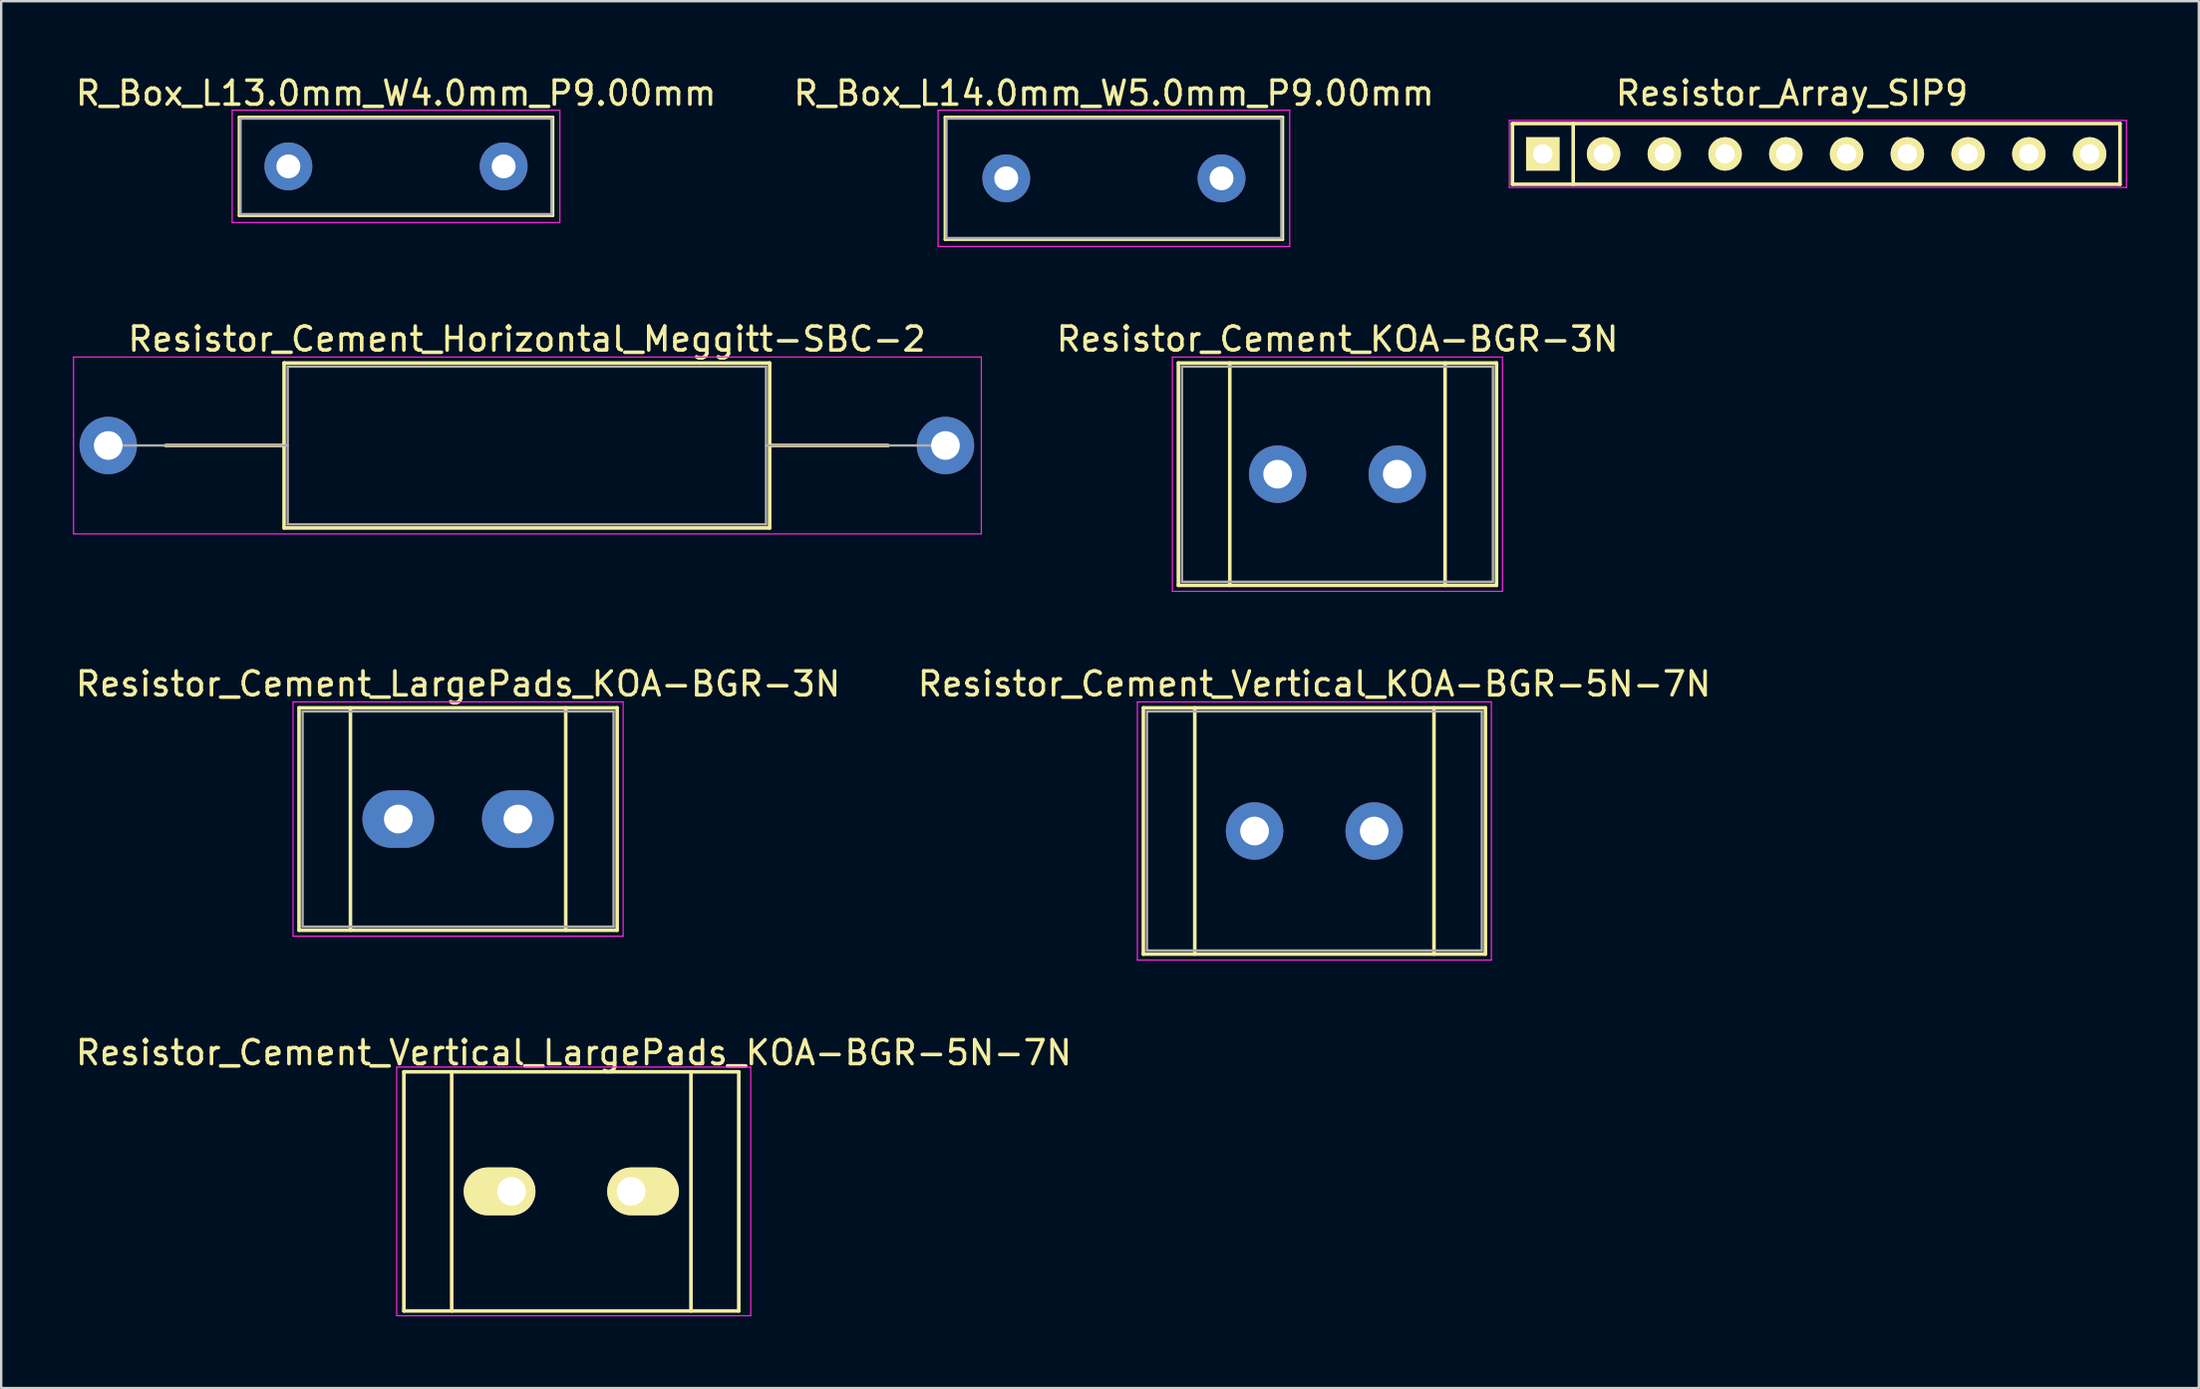
<source format=kicad_pcb>
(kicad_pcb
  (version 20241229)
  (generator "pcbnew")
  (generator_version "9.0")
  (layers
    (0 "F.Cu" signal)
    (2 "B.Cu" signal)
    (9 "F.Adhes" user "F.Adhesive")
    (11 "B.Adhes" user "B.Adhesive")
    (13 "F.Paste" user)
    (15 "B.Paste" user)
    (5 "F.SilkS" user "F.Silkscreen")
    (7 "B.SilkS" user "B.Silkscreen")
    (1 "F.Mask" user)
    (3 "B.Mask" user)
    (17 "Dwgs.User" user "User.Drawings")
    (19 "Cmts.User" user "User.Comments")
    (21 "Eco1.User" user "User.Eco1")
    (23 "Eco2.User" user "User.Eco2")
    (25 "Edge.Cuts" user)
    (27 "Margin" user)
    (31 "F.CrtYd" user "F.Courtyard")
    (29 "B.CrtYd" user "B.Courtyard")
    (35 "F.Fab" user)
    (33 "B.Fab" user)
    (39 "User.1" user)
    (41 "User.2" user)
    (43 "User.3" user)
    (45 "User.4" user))
  (footprint "Resistor_Cement_Vertical_LargePads_KOA-BGR-5N-7N"
    (layer "F.Cu")
    (at 18.335 46.778)
    (property "Reference" "Resistor_Cement_Vertical_LargePads_KOA-BGR-5N-7N" (at 2.6 -5.8 0) (layer "F.SilkS") (effects (font (size 1 1) (thickness 0.15))))
    (attr through_hole)
    (fp_line (start -4.501 -5.001) (end -4.501 5.001) (stroke (width 0.15) (type solid)) (layer "F.SilkS"))
    (fp_line (start -4.501 5.001) (end 9.5 5.001) (stroke (width 0.15) (type solid)) (layer "F.SilkS"))
    (fp_line (start -2.502 -5.001) (end -2.502 5.001) (stroke (width 0.15) (type solid)) (layer "F.SilkS"))
    (fp_line (start 7.501 -5.001) (end 7.501 5.001) (stroke (width 0.15) (type solid)) (layer "F.SilkS"))
    (fp_line (start 9.5 -5.001) (end -4.501 -5.001) (stroke (width 0.15) (type solid)) (layer "F.SilkS"))
    (fp_line (start 9.5 5.001) (end 9.5 -5.001) (stroke (width 0.15) (type solid)) (layer "F.SilkS"))
    (fp_line (start -4.8 -5.2) (end 10 -5.2) (stroke (width 0.05) (type solid)) (layer "F.CrtYd"))
    (fp_line (start -4.8 5.2) (end -4.8 -5.2) (stroke (width 0.05) (type solid)) (layer "F.CrtYd"))
    (fp_line (start 10 -5.2) (end 10 5.2) (stroke (width 0.05) (type solid)) (layer "F.CrtYd"))
    (fp_line (start 10 5.2) (end -4.8 5.2) (stroke (width 0.05) (type solid)) (layer "F.CrtYd"))
    (pad "1" thru_hole oval (at 0 0) (size 3 1.999) (drill 1.199 (offset -0.5 0)) (layers "*.Cu" "*.Mask" "F.SilkS"))
    (pad "2" thru_hole oval (at 4.999 0 180) (size 3 1.999) (drill 1.199 (offset -0.5 0)) (layers "*.Cu" "*.Mask" "F.SilkS")))
  (footprint "Resistor_Cement_Vertical_KOA-BGR-5N-7N"
    (layer "F.Cu")
    (at 49.399 31.705)
    (property "Reference" "Resistor_Cement_Vertical_KOA-BGR-5N-7N" (at 2.5 -6.15 0) (layer "F.SilkS") (effects (font (size 1 1) (thickness 0.15))))
    (attr through_hole)
    (fp_line (start -4.65 -5.15) (end -4.65 5.15) (stroke (width 0.15) (type solid)) (layer "F.SilkS"))
    (fp_line (start -4.65 5.15) (end 9.65 5.15) (stroke (width 0.15) (type solid)) (layer "F.SilkS"))
    (fp_line (start -2.5 -5.15) (end -2.5 5.15) (stroke (width 0.15) (type solid)) (layer "F.SilkS"))
    (fp_line (start 7.5 -5.15) (end 7.5 5.15) (stroke (width 0.15) (type solid)) (layer "F.SilkS"))
    (fp_line (start 9.65 -5.15) (end -4.65 -5.15) (stroke (width 0.15) (type solid)) (layer "F.SilkS"))
    (fp_line (start 9.65 5.15) (end 9.65 -5.15) (stroke (width 0.15) (type solid)) (layer "F.SilkS"))
    (fp_line (start -4.9 -5.4) (end -4.9 5.4) (stroke (width 0.05) (type solid)) (layer "F.CrtYd"))
    (fp_line (start -4.9 5.4) (end 9.9 5.4) (stroke (width 0.05) (type solid)) (layer "F.CrtYd"))
    (fp_line (start 9.9 -5.4) (end -4.9 -5.4) (stroke (width 0.05) (type solid)) (layer "F.CrtYd"))
    (fp_line (start 9.9 5.4) (end 9.9 -5.4) (stroke (width 0.05) (type solid)) (layer "F.CrtYd"))
    (fp_line (start -4.5 -5) (end -4.5 5) (stroke (width 0.1) (type solid)) (layer "F.Fab"))
    (fp_line (start -4.5 5) (end 9.5 5) (stroke (width 0.1) (type solid)) (layer "F.Fab"))
    (fp_line (start 9.5 -5) (end -4.5 -5) (stroke (width 0.1) (type solid)) (layer "F.Fab"))
    (fp_line (start 9.5 5) (end 9.5 -5) (stroke (width 0.1) (type solid)) (layer "F.Fab"))
    (pad "1" thru_hole oval (at 0 0) (size 2.4 2.4) (drill 1.2) (layers "*.Cu" "*.Mask"))
    (pad "2" thru_hole oval (at 5 0) (size 2.4 2.4) (drill 1.2) (layers "*.Cu" "*.Mask")))
  (footprint "Resistor_Cement_LargePads_KOA-BGR-3N"
    (layer "F.Cu")
    (at 13.601 31.205)
    (property "Reference" "Resistor_Cement_LargePads_KOA-BGR-3N" (at 2.5 -5.65 0) (layer "F.SilkS") (effects (font (size 1 1) (thickness 0.15))))
    (attr through_hole)
    (fp_line (start -4.15 -4.65) (end -4.15 4.65) (stroke (width 0.15) (type solid)) (layer "F.SilkS"))
    (fp_line (start -4.15 4.65) (end 9.15 4.65) (stroke (width 0.15) (type solid)) (layer "F.SilkS"))
    (fp_line (start -2 -4.65) (end -2 4.65) (stroke (width 0.15) (type solid)) (layer "F.SilkS"))
    (fp_line (start 7 -4.65) (end 7 4.65) (stroke (width 0.15) (type solid)) (layer "F.SilkS"))
    (fp_line (start 9.15 -4.65) (end -4.15 -4.65) (stroke (width 0.15) (type solid)) (layer "F.SilkS"))
    (fp_line (start 9.15 4.65) (end 9.15 -4.65) (stroke (width 0.15) (type solid)) (layer "F.SilkS"))
    (fp_line (start -4.4 -4.9) (end -4.4 4.9) (stroke (width 0.05) (type solid)) (layer "F.CrtYd"))
    (fp_line (start -4.4 4.9) (end 9.4 4.9) (stroke (width 0.05) (type solid)) (layer "F.CrtYd"))
    (fp_line (start 9.4 -4.9) (end -4.4 -4.9) (stroke (width 0.05) (type solid)) (layer "F.CrtYd"))
    (fp_line (start 9.4 4.9) (end 9.4 -4.9) (stroke (width 0.05) (type solid)) (layer "F.CrtYd"))
    (fp_line (start -4 -4.5) (end -4 4.5) (stroke (width 0.1) (type solid)) (layer "F.Fab"))
    (fp_line (start -4 4.5) (end 9 4.5) (stroke (width 0.1) (type solid)) (layer "F.Fab"))
    (fp_line (start 9 -4.5) (end -4 -4.5) (stroke (width 0.1) (type solid)) (layer "F.Fab"))
    (fp_line (start 9 4.5) (end 9 -4.5) (stroke (width 0.1) (type solid)) (layer "F.Fab"))
    (pad "1" thru_hole oval (at 0 0) (size 3 2.4) (drill 1.2) (layers "*.Cu" "*.Mask"))
    (pad "2" thru_hole oval (at 5 0) (size 3 2.4) (drill 1.2) (layers "*.Cu" "*.Mask")))
  (footprint "Resistor_Cement_KOA-BGR-3N"
    (layer "F.Cu")
    (at 50.363 16.782)
    (property "Reference" "Resistor_Cement_KOA-BGR-3N" (at 2.5 -5.65 0) (layer "F.SilkS") (effects (font (size 1 1) (thickness 0.15))))
    (attr through_hole)
    (fp_line (start -4.15 -4.65) (end -4.15 4.65) (stroke (width 0.15) (type solid)) (layer "F.SilkS"))
    (fp_line (start -4.15 4.65) (end 9.15 4.65) (stroke (width 0.15) (type solid)) (layer "F.SilkS"))
    (fp_line (start -2 -4.65) (end -2 4.65) (stroke (width 0.15) (type solid)) (layer "F.SilkS"))
    (fp_line (start 7 -4.65) (end 7 4.65) (stroke (width 0.15) (type solid)) (layer "F.SilkS"))
    (fp_line (start 9.15 -4.65) (end -4.15 -4.65) (stroke (width 0.15) (type solid)) (layer "F.SilkS"))
    (fp_line (start 9.15 4.65) (end 9.15 -4.65) (stroke (width 0.15) (type solid)) (layer "F.SilkS"))
    (fp_line (start -4.4 -4.9) (end -4.4 4.9) (stroke (width 0.05) (type solid)) (layer "F.CrtYd"))
    (fp_line (start -4.4 4.9) (end 9.4 4.9) (stroke (width 0.05) (type solid)) (layer "F.CrtYd"))
    (fp_line (start 9.4 -4.9) (end -4.4 -4.9) (stroke (width 0.05) (type solid)) (layer "F.CrtYd"))
    (fp_line (start 9.4 4.9) (end 9.4 -4.9) (stroke (width 0.05) (type solid)) (layer "F.CrtYd"))
    (fp_line (start -4 -4.5) (end -4 4.5) (stroke (width 0.1) (type solid)) (layer "F.Fab"))
    (fp_line (start -4 4.5) (end 9 4.5) (stroke (width 0.1) (type solid)) (layer "F.Fab"))
    (fp_line (start 9 -4.5) (end -4 -4.5) (stroke (width 0.1) (type solid)) (layer "F.Fab"))
    (fp_line (start 9 4.5) (end 9 -4.5) (stroke (width 0.1) (type solid)) (layer "F.Fab"))
    (pad "1" thru_hole oval (at 0 0) (size 2.4 2.4) (drill 1.2) (layers "*.Cu" "*.Mask"))
    (pad "2" thru_hole oval (at 5 0) (size 2.4 2.4) (drill 1.2) (layers "*.Cu" "*.Mask")))
  (footprint "Resistor_Cement_Horizontal_Meggitt-SBC-2"
    (layer "F.Cu")
    (at 1.475 15.582)
    (property "Reference" "Resistor_Cement_Horizontal_Meggitt-SBC-2" (at 17.501 -4.45 0) (layer "F.SilkS") (effects (font (size 1 1) (thickness 0.15))))
    (attr through_hole)
    (fp_line (start 2.4 0) (end 7.351 0) (stroke (width 0.15) (type solid)) (layer "F.SilkS"))
    (fp_line (start 7.351 -3.45) (end 7.351 3.45) (stroke (width 0.15) (type solid)) (layer "F.SilkS"))
    (fp_line (start 7.351 3.45) (end 27.651 3.45) (stroke (width 0.15) (type solid)) (layer "F.SilkS"))
    (fp_line (start 27.651 -3.45) (end 7.351 -3.45) (stroke (width 0.15) (type solid)) (layer "F.SilkS"))
    (fp_line (start 27.651 3.45) (end 27.651 -3.45) (stroke (width 0.15) (type solid)) (layer "F.SilkS"))
    (fp_line (start 32.601 0) (end 27.651 0) (stroke (width 0.15) (type solid)) (layer "F.SilkS"))
    (fp_line (start -1.45 -3.7) (end -1.45 3.7) (stroke (width 0.05) (type solid)) (layer "F.CrtYd"))
    (fp_line (start -1.45 3.7) (end 36.5 3.7) (stroke (width 0.05) (type solid)) (layer "F.CrtYd"))
    (fp_line (start 36.5 -3.7) (end -1.45 -3.7) (stroke (width 0.05) (type solid)) (layer "F.CrtYd"))
    (fp_line (start 36.5 3.7) (end 36.5 -3.7) (stroke (width 0.05) (type solid)) (layer "F.CrtYd"))
    (fp_line (start 0 0) (end 7.501 0) (stroke (width 0.1) (type solid)) (layer "F.Fab"))
    (fp_line (start 7.501 -3.3) (end 7.501 3.3) (stroke (width 0.1) (type solid)) (layer "F.Fab"))
    (fp_line (start 7.501 3.3) (end 27.501 3.3) (stroke (width 0.1) (type solid)) (layer "F.Fab"))
    (fp_line (start 27.501 -3.3) (end 7.501 -3.3) (stroke (width 0.1) (type solid)) (layer "F.Fab"))
    (fp_line (start 27.501 3.3) (end 27.501 -3.3) (stroke (width 0.1) (type solid)) (layer "F.Fab"))
    (fp_line (start 35.001 0) (end 27.501 0) (stroke (width 0.1) (type solid)) (layer "F.Fab"))
    (pad "1" thru_hole oval (at 0 0) (size 2.4 2.4) (drill 1.2) (layers "*.Cu" "*.Mask"))
    (pad "2" thru_hole oval (at 35.001 0) (size 2.4 2.4) (drill 1.2) (layers "*.Cu" "*.Mask")))
  (footprint "R_Box_L13.0mm_W4.0mm_P9.00mm"
    (layer "F.Cu")
    (at 9.006 3.908)
    (property "Reference" "R_Box_L13.0mm_W4.0mm_P9.00mm" (at 4.5 -3.06 0) (layer "F.SilkS") (effects (font (size 1 1) (thickness 0.15))))
    (attr through_hole)
    (fp_line (start -2.06 -2.06) (end -2.06 2.06) (stroke (width 0.12) (type solid)) (layer "F.SilkS"))
    (fp_line (start -2.06 -2.06) (end 11.06 -2.06) (stroke (width 0.12) (type solid)) (layer "F.SilkS"))
    (fp_line (start -2.06 2.06) (end 11.06 2.06) (stroke (width 0.12) (type solid)) (layer "F.SilkS"))
    (fp_line (start 11.06 -2.06) (end 11.06 2.06) (stroke (width 0.12) (type solid)) (layer "F.SilkS"))
    (fp_line (start -2.35 -2.35) (end -2.35 2.35) (stroke (width 0.05) (type solid)) (layer "F.CrtYd"))
    (fp_line (start -2.35 2.35) (end 11.35 2.35) (stroke (width 0.05) (type solid)) (layer "F.CrtYd"))
    (fp_line (start 11.35 -2.35) (end -2.35 -2.35) (stroke (width 0.05) (type solid)) (layer "F.CrtYd"))
    (fp_line (start 11.35 2.35) (end 11.35 -2.35) (stroke (width 0.05) (type solid)) (layer "F.CrtYd"))
    (fp_line (start -2 -2) (end -2 2) (stroke (width 0.1) (type solid)) (layer "F.Fab"))
    (fp_line (start -2 2) (end 11 2) (stroke (width 0.1) (type solid)) (layer "F.Fab"))
    (fp_line (start 11 -2) (end -2 -2) (stroke (width 0.1) (type solid)) (layer "F.Fab"))
    (fp_line (start 11 2) (end 11 -2) (stroke (width 0.1) (type solid)) (layer "F.Fab"))
    (pad "1" thru_hole circle (at 0 0) (size 2 2) (drill 1) (layers "*.Cu" "*.Mask"))
    (pad "2" thru_hole circle (at 9 0) (size 2 2) (drill 1) (layers "*.Cu" "*.Mask")))
  (footprint "Resistor_Array_SIP9"
    (layer "F.Cu")
    (at 61.449 3.388)
    (property "Reference" "Resistor_Array_SIP9" (at 10.414 -2.54 0) (layer "F.SilkS") (effects (font (size 1 1) (thickness 0.15))))
    (attr through_hole)
    (fp_line (start -1.27 -1.27) (end 24.13 -1.27) (stroke (width 0.15) (type solid)) (layer "F.SilkS"))
    (fp_line (start -1.27 1.27) (end -1.27 -1.27) (stroke (width 0.15) (type solid)) (layer "F.SilkS"))
    (fp_line (start 1.27 1.27) (end 1.27 -1.27) (stroke (width 0.15) (type solid)) (layer "F.SilkS"))
    (fp_line (start 24.13 -1.27) (end 24.13 1.27) (stroke (width 0.15) (type solid)) (layer "F.SilkS"))
    (fp_line (start 24.13 1.27) (end -1.27 1.27) (stroke (width 0.15) (type solid)) (layer "F.SilkS"))
    (fp_line (start -1.4 -1.4) (end 24.4 -1.4) (stroke (width 0.05) (type solid)) (layer "F.CrtYd"))
    (fp_line (start -1.4 1.4) (end -1.4 -1.4) (stroke (width 0.05) (type solid)) (layer "F.CrtYd"))
    (fp_line (start 24.4 -1.4) (end 24.4 1.4) (stroke (width 0.05) (type solid)) (layer "F.CrtYd"))
    (fp_line (start 24.4 1.4) (end -1.4 1.4) (stroke (width 0.05) (type solid)) (layer "F.CrtYd"))
    (pad "1" thru_hole rect (at 0 0) (size 1.397 1.397) (drill 0.813) (layers "*.Cu" "*.Mask" "F.SilkS"))
    (pad "2" thru_hole circle (at 2.54 0) (size 1.397 1.397) (drill 0.813) (layers "*.Cu" "*.Mask" "F.SilkS"))
    (pad "3" thru_hole circle (at 5.08 0) (size 1.397 1.397) (drill 0.813) (layers "*.Cu" "*.Mask" "F.SilkS"))
    (pad "4" thru_hole circle (at 7.62 0) (size 1.397 1.397) (drill 0.813) (layers "*.Cu" "*.Mask" "F.SilkS"))
    (pad "5" thru_hole circle (at 10.16 0) (size 1.397 1.397) (drill 0.813) (layers "*.Cu" "*.Mask" "F.SilkS"))
    (pad "6" thru_hole circle (at 12.7 0) (size 1.397 1.397) (drill 0.813) (layers "*.Cu" "*.Mask" "F.SilkS"))
    (pad "7" thru_hole circle (at 15.24 0) (size 1.397 1.397) (drill 0.813) (layers "*.Cu" "*.Mask" "F.SilkS"))
    (pad "8" thru_hole circle (at 17.78 0) (size 1.397 1.397) (drill 0.813) (layers "*.Cu" "*.Mask" "F.SilkS"))
    (pad "9" thru_hole circle (at 20.32 0) (size 1.397 1.397) (drill 0.813) (layers "*.Cu" "*.Mask" "F.SilkS"))
    (pad "10" thru_hole circle (at 22.86 0) (size 1.397 1.397) (drill 0.813) (layers "*.Cu" "*.Mask" "F.SilkS")))
  (footprint "R_Box_L14.0mm_W5.0mm_P9.00mm"
    (layer "F.Cu")
    (at 39.018 4.408)
    (property "Reference" "R_Box_L14.0mm_W5.0mm_P9.00mm" (at 4.5 -3.56 0) (layer "F.SilkS") (effects (font (size 1 1) (thickness 0.15))))
    (attr through_hole)
    (fp_line (start -2.56 -2.56) (end -2.56 2.56) (stroke (width 0.12) (type solid)) (layer "F.SilkS"))
    (fp_line (start -2.56 -2.56) (end 11.56 -2.56) (stroke (width 0.12) (type solid)) (layer "F.SilkS"))
    (fp_line (start -2.56 2.56) (end 11.56 2.56) (stroke (width 0.12) (type solid)) (layer "F.SilkS"))
    (fp_line (start 11.56 -2.56) (end 11.56 2.56) (stroke (width 0.12) (type solid)) (layer "F.SilkS"))
    (fp_line (start -2.85 -2.85) (end -2.85 2.85) (stroke (width 0.05) (type solid)) (layer "F.CrtYd"))
    (fp_line (start -2.85 2.85) (end 11.85 2.85) (stroke (width 0.05) (type solid)) (layer "F.CrtYd"))
    (fp_line (start 11.85 -2.85) (end -2.85 -2.85) (stroke (width 0.05) (type solid)) (layer "F.CrtYd"))
    (fp_line (start 11.85 2.85) (end 11.85 -2.85) (stroke (width 0.05) (type solid)) (layer "F.CrtYd"))
    (fp_line (start -2.5 -2.5) (end -2.5 2.5) (stroke (width 0.1) (type solid)) (layer "F.Fab"))
    (fp_line (start -2.5 2.5) (end 11.5 2.5) (stroke (width 0.1) (type solid)) (layer "F.Fab"))
    (fp_line (start 11.5 -2.5) (end -2.5 -2.5) (stroke (width 0.1) (type solid)) (layer "F.Fab"))
    (fp_line (start 11.5 2.5) (end 11.5 -2.5) (stroke (width 0.1) (type solid)) (layer "F.Fab"))
    (pad "1" thru_hole circle (at 0 0) (size 2 2) (drill 1) (layers "*.Cu" "*.Mask"))
    (pad "2" thru_hole circle (at 9 0) (size 2 2) (drill 1) (layers "*.Cu" "*.Mask")))
  (gr_rect
    (start -3 -3)
    (end 88.874 55.003)
    (stroke (width 0.1) (type default))
    (fill no)
    (layer "Edge.Cuts")))
</source>
